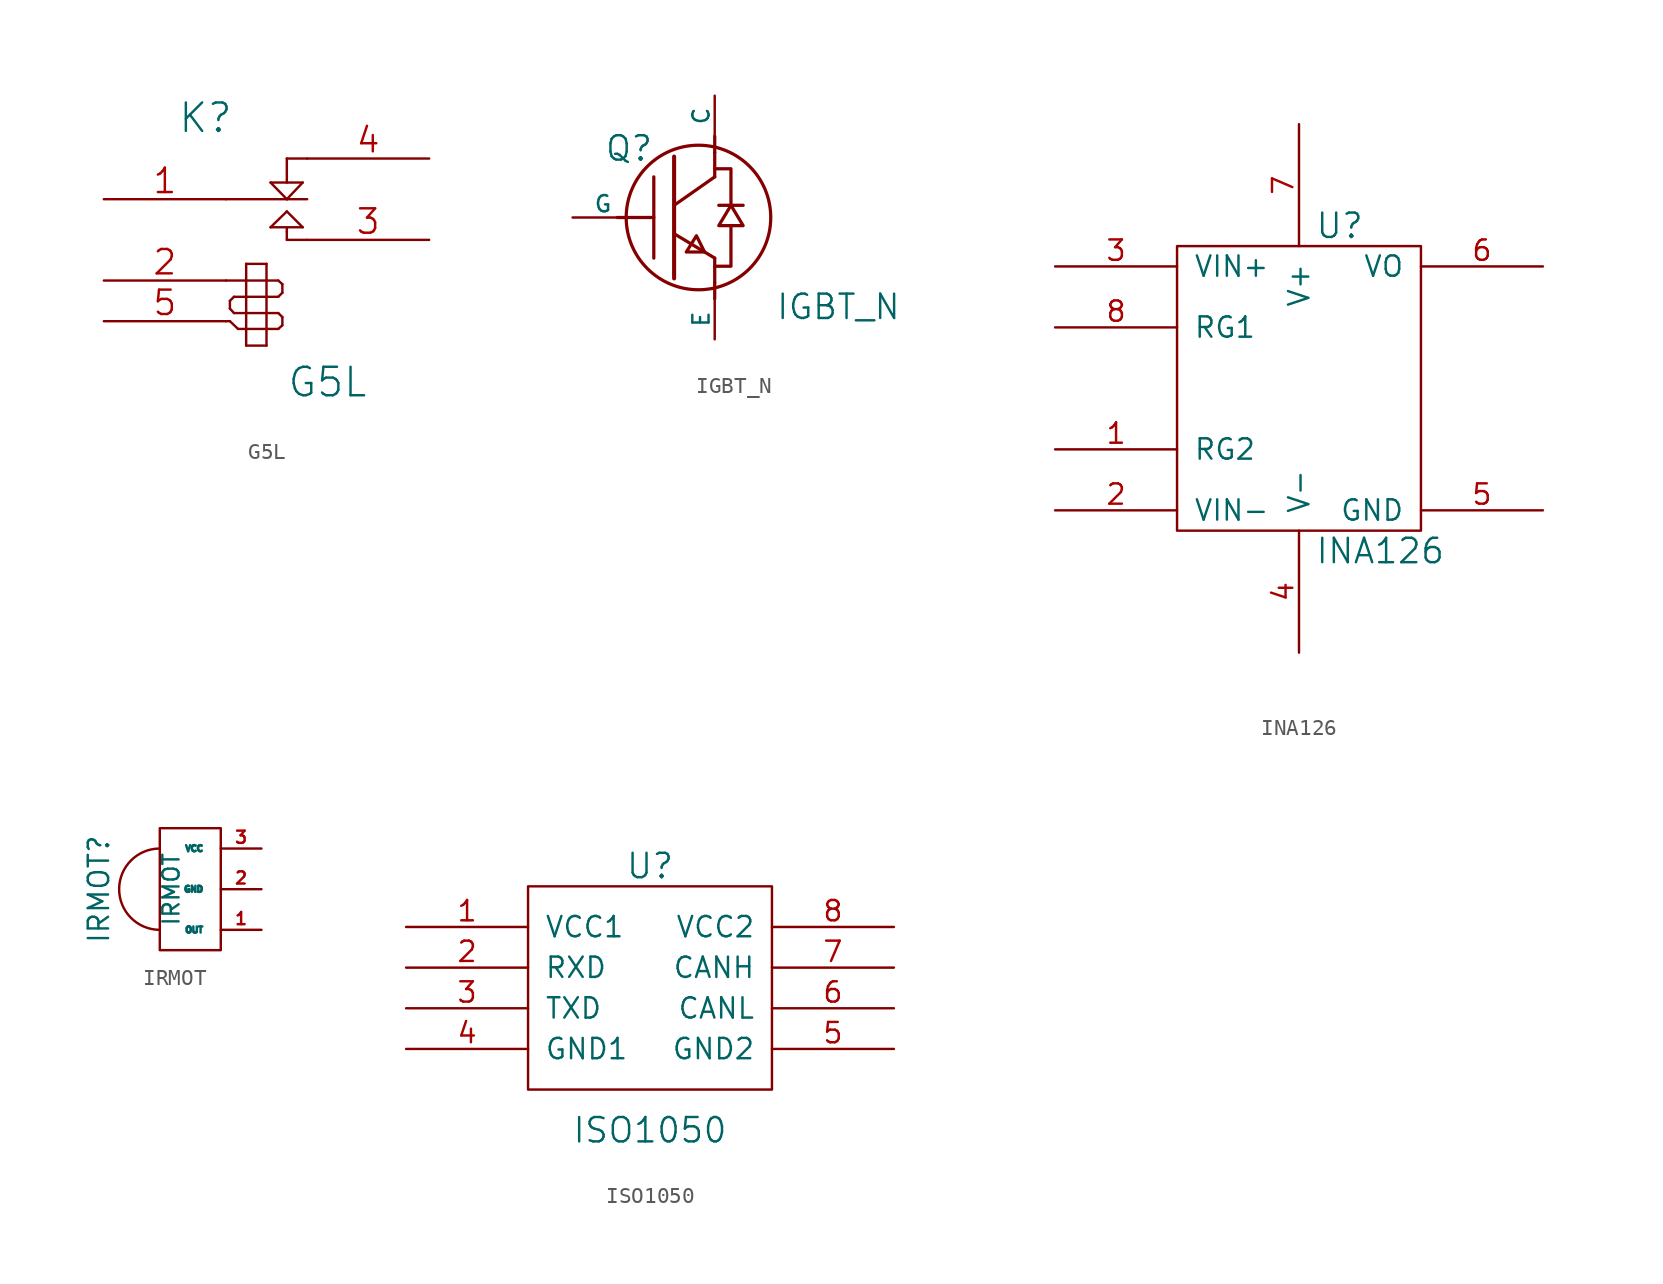
<source format=kicad_sym>
(kicad_symbol_lib
  (version 20220914)
  (generator kicad_symbol_editor)
  (symbol "G5L"
    (pin_names
      (offset 1.016) hide)
    (property "Reference" "K"
      (at -3.81 3.81 0)
      (effects (font (size 1.778 1.778))))
    (property "Value" "G5L"
      (at 3.81 -12.7 0)
      (effects (font (size 1.778 1.778))))
    (property "Footprint" ""
      (at 0 0 0)
      (effects (font (size 1.524 1.524))))
    (property "Datasheet" ""
      (at 0 0 0)
      (effects (font (size 1.524 1.524))))
    (symbol "G5L_0_1"
      (polyline (pts (xy -2.54 -8.89) (xy -2.286 -8.89)) (stroke (width 0) (type solid)) (fill (type none)))
      (polyline (pts (xy -2.54 -6.35) (xy -1.27 -6.35)) (stroke (width 0) (type solid)) (fill (type none)))
      (polyline (pts (xy -2.54 -1.27) (xy 1.27 -1.27)) (stroke (width 0) (type solid)) (fill (type none)))
      (polyline (pts (xy -2.286 -8.89) (xy -1.778 -9.373)) (stroke (width 0) (type solid)) (fill (type none)))
      (polyline (pts (xy -2.286 -8.103) (xy -2.286 -7.62)) (stroke (width 0) (type solid)) (fill (type none)))
      (polyline (pts (xy -2.032 -8.382) (xy -2.286 -8.103)) (stroke (width 0) (type solid)) (fill (type none)))
      (polyline (pts (xy -2.032 -7.366) (xy -2.286 -7.62)) (stroke (width 0) (type solid)) (fill (type none)))
      (polyline (pts (xy -1.778 -9.373) (xy -1.27 -9.373)) (stroke (width 0) (type solid)) (fill (type none)))
      (polyline (pts (xy -1.27 -10.414) (xy -1.27 -5.309)) (stroke (width 0) (type solid)) (fill (type none)))
      (polyline (pts (xy -1.27 -8.382) (xy -2.032 -8.382)) (stroke (width 0) (type solid)) (fill (type none)))
      (polyline (pts (xy -1.27 -8.382) (xy 0 -8.382)) (stroke (width 0) (type solid)) (fill (type none)))
      (polyline (pts (xy -1.27 -7.366) (xy -2.032 -7.366)) (stroke (width 0) (type solid)) (fill (type none)))
      (polyline (pts (xy -1.27 -6.35) (xy 0 -6.35)) (stroke (width 0) (type solid)) (fill (type none)))
      (polyline (pts (xy -1.27 -5.309) (xy 0 -5.309)) (stroke (width 0) (type solid)) (fill (type none)))
      (polyline (pts (xy 0 -10.414) (xy -1.27 -10.414)) (stroke (width 0) (type solid)) (fill (type none)))
      (polyline (pts (xy 0 -9.373) (xy -1.27 -9.373)) (stroke (width 0) (type solid)) (fill (type none)))
      (polyline (pts (xy 0 -9.373) (xy 0.737 -9.373)) (stroke (width 0) (type solid)) (fill (type none)))
      (polyline (pts (xy 0 -8.382) (xy 0.737 -8.382)) (stroke (width 0) (type solid)) (fill (type none)))
      (polyline (pts (xy 0 -7.366) (xy -1.27 -7.366)) (stroke (width 0) (type solid)) (fill (type none)))
      (polyline (pts (xy 0 -7.366) (xy 0.737 -7.366)) (stroke (width 0) (type solid)) (fill (type none)))
      (polyline (pts (xy 0 -6.35) (xy 0.737 -6.35)) (stroke (width 0) (type solid)) (fill (type none)))
      (polyline (pts (xy 0 -5.309) (xy 0 -10.414)) (stroke (width 0) (type solid)) (fill (type none)))
      (polyline (pts (xy 0.254 -3.023) (xy 2.261 -3.023)) (stroke (width 0) (type solid)) (fill (type none)))
      (polyline (pts (xy 0.254 -0.229) (xy 2.261 -0.229)) (stroke (width 0) (type solid)) (fill (type none)))
      (polyline (pts (xy 0.737 -9.373) (xy 0.991 -9.144)) (stroke (width 0) (type solid)) (fill (type none)))
      (polyline (pts (xy 0.737 -8.382) (xy 0.991 -8.636)) (stroke (width 0) (type solid)) (fill (type none)))
      (polyline (pts (xy 0.737 -7.366) (xy 0.991 -7.112)) (stroke (width 0) (type solid)) (fill (type none)))
      (polyline (pts (xy 0.737 -6.35) (xy 0.991 -6.579)) (stroke (width 0) (type solid)) (fill (type none)))
      (polyline (pts (xy 0.991 -9.144) (xy 0.991 -8.636)) (stroke (width 0) (type solid)) (fill (type none)))
      (polyline (pts (xy 0.991 -6.579) (xy 0.991 -7.112)) (stroke (width 0) (type solid)) (fill (type none)))
      (polyline (pts (xy 1.27 -3.81) (xy 1.27 -3.302)) (stroke (width 0) (type solid)) (fill (type none)))
      (polyline (pts (xy 1.27 -3.302) (xy 1.27 -3.023)) (stroke (width 0) (type solid)) (fill (type none)))
      (polyline (pts (xy 1.27 -2.032) (xy 0.254 -3.023)) (stroke (width 0) (type solid)) (fill (type none)))
      (polyline (pts (xy 1.27 -1.27) (xy 0.254 -0.229)) (stroke (width 0) (type solid)) (fill (type none)))
      (polyline (pts (xy 1.27 -1.27) (xy 2.54 -1.27)) (stroke (width 0) (type solid)) (fill (type none)))
      (polyline (pts (xy 1.27 1.27) (xy 1.27 -0.229)) (stroke (width 0) (type solid)) (fill (type none)))
      (polyline (pts (xy 1.27 1.27) (xy 2.54 1.27)) (stroke (width 0) (type solid)) (fill (type none)))
      (polyline (pts (xy 2.261 -3.023) (xy 1.27 -2.032)) (stroke (width 0) (type solid)) (fill (type none)))
      (polyline (pts (xy 2.261 -0.229) (xy 1.27 -1.27)) (stroke (width 0) (type solid)) (fill (type none)))
      (polyline (pts (xy 2.54 -3.81) (xy 1.27 -3.81)) (stroke (width 0) (type solid)) (fill (type none))))
    (symbol "G5L_1_1"
      (pin passive line (at -10.16 -1.27 0) (length 7.62) (name "C1" (effects (font (size 1.524 1.524)))) (number "1" (effects (font (size 1.524 1.524)))))
      (pin input line (at -10.16 -6.35 0) (length 7.62) (name "2" (effects (font (size 1.524 1.524)))) (number "2" (effects (font (size 1.524 1.524)))))
      (pin passive line (at 10.16 -3.81 180) (length 7.62) (name "T1" (effects (font (size 1.524 1.524)))) (number "3" (effects (font (size 1.524 1.524)))))
      (pin passive line (at 10.16 1.27 180) (length 7.62) (name "R1" (effects (font (size 1.524 1.524)))) (number "4" (effects (font (size 1.524 1.524)))))
      (pin input line (at -10.16 -8.89 0) (length 7.62) (name "5" (effects (font (size 1.524 1.524)))) (number "5" (effects (font (size 1.524 1.524)))))))
  (symbol "IGBT_N"
    (pin_numbers hide)
    (pin_names
      (offset 0))
    (property "Reference" "Q"
      (at -1.27 4.318 0)
      (effects (font (size 1.524 1.524)) (justify right)))
    (property "Value" "IGBT_N"
      (at 14.224 -5.588 0)
      (effects (font (size 1.524 1.524)) (justify right)))
    (property "Footprint" ""
      (at 0 0 0)
      (effects (font (size 1.524 1.524))))
    (property "Datasheet" ""
      (at 0 0 0)
      (effects (font (size 1.524 1.524))))
    (symbol "IGBT_N_0_1"
      (polyline (pts (xy -1.27 -2.54) (xy -1.27 2.54)) (stroke (width 0.203) (type solid)) (fill (type none)))
      (polyline (pts (xy 0 -3.81) (xy 0 3.81)) (stroke (width 0.254) (type solid)) (fill (type none)))
      (polyline (pts (xy -2.286 0) (xy -3.556 0) (xy -3.556 0)) (stroke (width 0.203) (type solid)) (fill (type none)))
      (polyline (pts (xy 2.54 -4.064) (xy 2.54 -5.08) (xy 2.54 -5.08)) (stroke (width 0.203) (type solid)) (fill (type none)))
      (polyline (pts (xy 2.54 -2.54) (xy 0 -1.016) (xy 0 -1.016)) (stroke (width 0.203) (type solid)) (fill (type none)))
      (polyline (pts (xy 2.54 -2.54) (xy 2.54 -4.064) (xy 2.54 -4.064)) (stroke (width 0.203) (type solid)) (fill (type none)))
      (polyline (pts (xy 2.54 2.54) (xy 0 0.762) (xy 0 0.762)) (stroke (width 0.203) (type solid)) (fill (type none)))
      (polyline (pts (xy 2.54 2.54) (xy 2.54 4.064) (xy 2.54 4.064)) (stroke (width 0.203) (type solid)) (fill (type none)))
      (polyline (pts (xy 2.54 4.064) (xy 2.54 5.08) (xy 2.54 5.08)) (stroke (width 0.203) (type solid)) (fill (type none)))
      (polyline (pts (xy 2.794 0.762) (xy 4.318 0.762) (xy 4.318 0.762) (xy 4.318 0.762)) (stroke (width 0.203) (type solid)) (fill (type none)))
      (polyline (pts (xy 3.556 -0.508) (xy 3.556 -3.048) (xy 2.54 -3.048) (xy 2.54 -3.048)) (stroke (width 0.203) (type solid)) (fill (type none)))
      (polyline (pts (xy 3.556 0.762) (xy 3.556 3.048) (xy 2.54 3.048) (xy 2.54 3.048)) (stroke (width 0.203) (type solid)) (fill (type none)))
      (polyline (pts (xy -2.286 0) (xy -1.27 0) (xy -1.27 0) (xy -1.27 0) (xy -1.27 0)) (stroke (width 0.203) (type solid)) (fill (type none)))
      (polyline (pts (xy 1.905 -2.159) (xy 1.397 -1.143) (xy 0.762 -2.159) (xy 1.905 -2.159) (xy 1.905 -2.159)) (stroke (width 0.203) (type solid)) (fill (type none)))
      (polyline (pts (xy 2.794 -0.508) (xy 4.318 -0.508) (xy 3.556 0.762) (xy 2.794 -0.508) (xy 2.794 -0.508)) (stroke (width 0.203) (type solid)) (fill (type none)))
      (circle (center 1.524 0) (radius 4.521) (stroke (width 0.203) (type solid)) (fill (type none))))
    (symbol "IGBT_N_1_1"
      (pin passive line (at 2.54 7.62 270) (length 2.54) (name "C" (effects (font (size 1.016 1.016)))) (number "C" (effects (font (size 1.016 1.016)))))
      (pin passive line (at 2.54 -7.62 90) (length 2.54) (name "E" (effects (font (size 1.016 1.016)))) (number "E" (effects (font (size 1.016 1.016)))))
      (pin input line (at -6.35 0 0) (length 3.81) (name "G" (effects (font (size 1.016 1.016)))) (number "G" (effects (font (size 1.016 1.016)))))))
  (symbol "INA126"
    (pin_names
      (offset 1.016))
    (property "Reference" "U"
      (at 2.54 10.16 0)
      (effects (font (size 1.524 1.524))))
    (property "Value" "INA126"
      (at 5.08 -10.16 0)
      (effects (font (size 1.524 1.524))))
    (property "Footprint" ""
      (at 0 0 0)
      (effects (font (size 1.524 1.524))))
    (property "Datasheet" ""
      (at 0 0 0)
      (effects (font (size 1.524 1.524))))
    (symbol "INA126_0_1"
      (rectangle (start -7.62 8.89) (end 7.62 -8.89) (stroke (width 0) (type solid)) (fill (type none))))
    (symbol "INA126_1_1"
      (pin input line (at -15.24 -3.81 0) (length 7.62) (name "RG2" (effects (font (size 1.27 1.27)))) (number "1" (effects (font (size 1.27 1.27)))))
      (pin input line (at -15.24 -7.62 0) (length 7.62) (name "VIN-" (effects (font (size 1.27 1.27)))) (number "2" (effects (font (size 1.27 1.27)))))
      (pin input line (at -15.24 7.62 0) (length 7.62) (name "VIN+" (effects (font (size 1.27 1.27)))) (number "3" (effects (font (size 1.27 1.27)))))
      (pin power_in line (at 0 -16.51 90) (length 7.62) (name "V-" (effects (font (size 1.27 1.27)))) (number "4" (effects (font (size 1.27 1.27)))))
      (pin bidirectional line (at 15.24 -7.62 180) (length 7.62) (name "GND" (effects (font (size 1.27 1.27)))) (number "5" (effects (font (size 1.27 1.27)))))
      (pin output line (at 15.24 7.62 180) (length 7.62) (name "VO" (effects (font (size 1.27 1.27)))) (number "6" (effects (font (size 1.27 1.27)))))
      (pin power_in line (at 0 16.51 270) (length 7.62) (name "V+" (effects (font (size 1.27 1.27)))) (number "7" (effects (font (size 1.27 1.27)))))
      (pin input line (at -15.24 3.81 0) (length 7.62) (name "RG1" (effects (font (size 1.27 1.27)))) (number "8" (effects (font (size 1.27 1.27)))))))
  (symbol "IRMOT"
    (pin_names
      (offset 1.016))
    (property "Reference" "IRMOT"
      (at -3.81 0 90)
      (effects (font (size 1.27 1.27))))
    (property "Value" "IRMOT"
      (at 0.711 0 90)
      (effects (font (size 1.016 1.016))))
    (property "Footprint" ""
      (at 0 0 0)
      (effects (font (size 1.524 1.524))))
    (property "Datasheet" ""
      (at 0 0 0)
      (effects (font (size 1.524 1.524))))
    (symbol "IRMOT_0_0"
      (arc (start 0 2.54) (mid -2.529 0) (end 0 -2.54) (stroke (width 0) (type solid)) (fill (type none)))
      (rectangle (start 3.81 3.81) (end 0 -3.81) (stroke (width 0) (type solid)) (fill (type none))))
    (symbol "IRMOT_1_1"
      (pin input line (at 6.35 -2.54 180) (length 2.54) (name "OUT" (effects (font (size 0.381 0.381)))) (number "1" (effects (font (size 0.762 0.762)))))
      (pin input line (at 6.35 0 180) (length 2.54) (name "GND" (effects (font (size 0.381 0.381)))) (number "2" (effects (font (size 0.762 0.762)))))
      (pin input line (at 6.35 2.54 180) (length 2.54) (name "VCC" (effects (font (size 0.381 0.381)))) (number "3" (effects (font (size 0.762 0.762)))))))
  (symbol "ISO1050"
    (pin_names
      (offset 1.016))
    (property "Reference" "U"
      (at 0 7.62 0)
      (effects (font (size 1.524 1.524))))
    (property "Value" "ISO1050"
      (at 0 -8.89 0)
      (effects (font (size 1.524 1.524))))
    (property "Footprint" ""
      (at 0 0 0)
      (effects (font (size 1.524 1.524))))
    (property "Datasheet" ""
      (at 0 0 0)
      (effects (font (size 1.524 1.524))))
    (symbol "ISO1050_0_1"
      (rectangle (start -7.62 6.35) (end 7.62 -6.35) (stroke (width 0) (type solid)) (fill (type none))))
    (symbol "ISO1050_1_1"
      (pin power_in line (at -15.24 3.81 0) (length 7.62) (name "VCC1" (effects (font (size 1.27 1.27)))) (number "1" (effects (font (size 1.27 1.27)))))
      (pin output line (at -15.24 1.27 0) (length 7.62) (name "RXD" (effects (font (size 1.27 1.27)))) (number "2" (effects (font (size 1.27 1.27)))))
      (pin input line (at -15.24 -1.27 0) (length 7.62) (name "TXD" (effects (font (size 1.27 1.27)))) (number "3" (effects (font (size 1.27 1.27)))))
      (pin power_in line (at -15.24 -3.81 0) (length 7.62) (name "GND1" (effects (font (size 1.27 1.27)))) (number "4" (effects (font (size 1.27 1.27)))))
      (pin input line (at 15.24 -3.81 180) (length 7.62) (name "GND2" (effects (font (size 1.27 1.27)))) (number "5" (effects (font (size 1.27 1.27)))))
      (pin bidirectional line (at 15.24 -1.27 180) (length 7.62) (name "CANL" (effects (font (size 1.27 1.27)))) (number "6" (effects (font (size 1.27 1.27)))))
      (pin bidirectional line (at 15.24 1.27 180) (length 7.62) (name "CANH" (effects (font (size 1.27 1.27)))) (number "7" (effects (font (size 1.27 1.27)))))
      (pin input line (at 15.24 3.81 180) (length 7.62) (name "VCC2" (effects (font (size 1.27 1.27)))) (number "8" (effects (font (size 1.27 1.27))))))))
</source>
